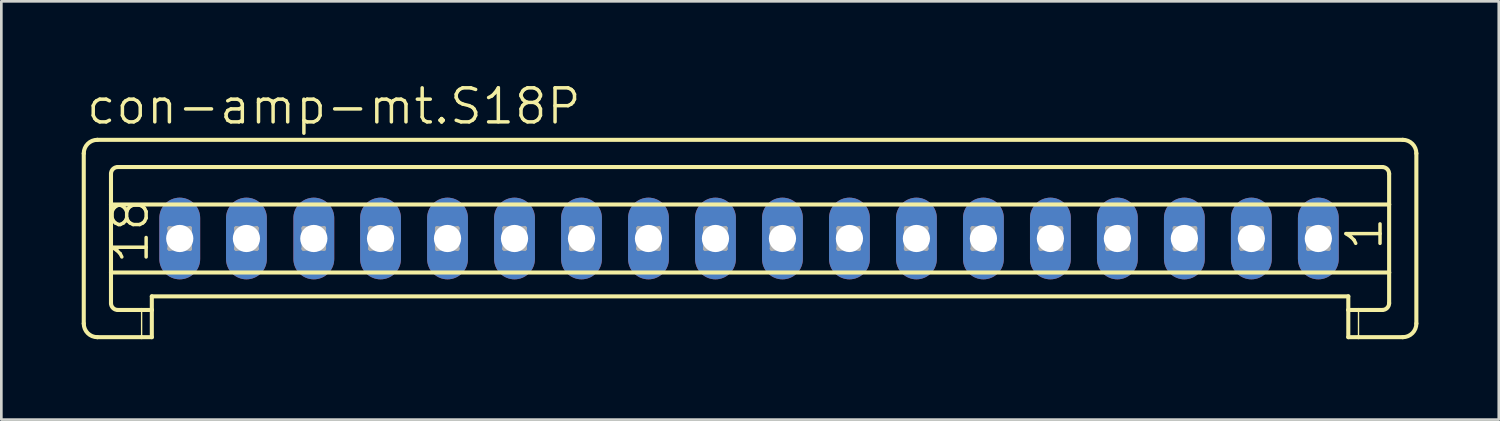
<source format=kicad_pcb>
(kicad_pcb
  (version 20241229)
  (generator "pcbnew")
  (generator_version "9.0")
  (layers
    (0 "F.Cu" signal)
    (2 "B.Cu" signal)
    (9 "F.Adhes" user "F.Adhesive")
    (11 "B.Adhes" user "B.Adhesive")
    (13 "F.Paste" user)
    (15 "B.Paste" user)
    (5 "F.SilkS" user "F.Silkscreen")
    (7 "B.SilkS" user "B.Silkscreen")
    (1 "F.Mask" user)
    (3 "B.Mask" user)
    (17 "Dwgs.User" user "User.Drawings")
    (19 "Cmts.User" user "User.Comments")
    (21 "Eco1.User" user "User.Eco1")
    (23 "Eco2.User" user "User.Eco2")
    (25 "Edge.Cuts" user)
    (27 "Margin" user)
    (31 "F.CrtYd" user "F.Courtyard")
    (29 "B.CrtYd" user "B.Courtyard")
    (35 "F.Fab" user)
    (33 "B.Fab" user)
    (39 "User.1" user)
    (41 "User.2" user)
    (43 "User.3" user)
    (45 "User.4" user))
  (footprint "con-amp-mt.S18P"
    (layer "F.Cu")
    (at 24.902 5.851)
    (property "Reference" "con-amp-mt.S18P" (at -24.8 -4.191 0) (layer "F.SilkS") (effects (font (size 1.27 1.27) (thickness 0.13)) (justify left bottom)))
    (attr through_hole)
    (fp_line (start -24.826 -3.175) (end -24.826 3.175) (stroke (width 0.152) (type default)) (layer "F.SilkS"))
    (fp_line (start -24.318 -3.683) (end 24.4 -3.683) (stroke (width 0.152) (type default)) (layer "F.SilkS"))
    (fp_line (start -23.81 -1.27) (end -23.81 -2.413) (stroke (width 0.152) (type default)) (layer "F.SilkS"))
    (fp_line (start -23.81 -1.27) (end 23.892 -1.27) (stroke (width 0.152) (type default)) (layer "F.SilkS"))
    (fp_line (start -23.81 1.27) (end -23.81 -1.27) (stroke (width 0.152) (type default)) (layer "F.SilkS"))
    (fp_line (start -23.81 1.27) (end 23.892 1.27) (stroke (width 0.152) (type default)) (layer "F.SilkS"))
    (fp_line (start -23.81 2.413) (end -23.81 1.27) (stroke (width 0.152) (type default)) (layer "F.SilkS"))
    (fp_line (start -23.556 -2.667) (end 23.638 -2.667) (stroke (width 0.152) (type default)) (layer "F.SilkS"))
    (fp_line (start -23.556 2.667) (end -22.667 2.667) (stroke (width 0.152) (type default)) (layer "F.SilkS"))
    (fp_line (start -22.667 2.667) (end -22.667 3.683) (stroke (width 0.051) (type default)) (layer "F.SilkS"))
    (fp_line (start -22.667 2.667) (end -22.286 2.667) (stroke (width 0.152) (type default)) (layer "F.SilkS"))
    (fp_line (start -22.667 3.683) (end -24.318 3.683) (stroke (width 0.152) (type default)) (layer "F.SilkS"))
    (fp_line (start -22.286 2.159) (end 22.368 2.159) (stroke (width 0.152) (type default)) (layer "F.SilkS"))
    (fp_line (start -22.286 2.667) (end -22.286 2.159) (stroke (width 0.152) (type default)) (layer "F.SilkS"))
    (fp_line (start -22.286 2.667) (end -22.286 3.683) (stroke (width 0.152) (type default)) (layer "F.SilkS"))
    (fp_line (start -22.286 3.683) (end -22.667 3.683) (stroke (width 0.152) (type default)) (layer "F.SilkS"))
    (fp_line (start 22.368 2.667) (end 22.368 2.159) (stroke (width 0.152) (type default)) (layer "F.SilkS"))
    (fp_line (start 22.368 2.667) (end 22.749 2.667) (stroke (width 0.152) (type default)) (layer "F.SilkS"))
    (fp_line (start 22.368 3.683) (end 22.368 2.667) (stroke (width 0.152) (type default)) (layer "F.SilkS"))
    (fp_line (start 22.749 2.667) (end 22.749 3.683) (stroke (width 0.051) (type default)) (layer "F.SilkS"))
    (fp_line (start 22.749 2.667) (end 23.638 2.667) (stroke (width 0.152) (type default)) (layer "F.SilkS"))
    (fp_line (start 22.749 3.683) (end 22.368 3.683) (stroke (width 0.152) (type default)) (layer "F.SilkS"))
    (fp_line (start 23.892 -1.27) (end 23.892 -2.413) (stroke (width 0.152) (type default)) (layer "F.SilkS"))
    (fp_line (start 23.892 1.27) (end 23.892 -1.27) (stroke (width 0.152) (type default)) (layer "F.SilkS"))
    (fp_line (start 23.892 2.413) (end 23.892 1.27) (stroke (width 0.152) (type default)) (layer "F.SilkS"))
    (fp_line (start 24.4 3.683) (end 22.749 3.683) (stroke (width 0.152) (type default)) (layer "F.SilkS"))
    (fp_line (start 24.908 -3.175) (end 24.908 3.175) (stroke (width 0.152) (type default)) (layer "F.SilkS"))
    (fp_arc (start -24.826 -3.175) (mid -24.67721 -3.53421) (end -24.318 -3.683) (stroke (width 0.1524) (type default)) (layer "F.SilkS"))
    (fp_arc (start -24.318 3.683) (mid -24.67721 3.53421) (end -24.826 3.175) (stroke (width 0.1524) (type default)) (layer "F.SilkS"))
    (fp_arc (start -23.81 -2.413) (mid -23.735605 -2.592605) (end -23.556 -2.667) (stroke (width 0.1524) (type default)) (layer "F.SilkS"))
    (fp_arc (start -23.556 2.667) (mid -23.735605 2.592605) (end -23.81 2.413) (stroke (width 0.1524) (type default)) (layer "F.SilkS"))
    (fp_arc (start 23.638 -2.667) (mid 23.817605 -2.592605) (end 23.892 -2.413) (stroke (width 0.1524) (type default)) (layer "F.SilkS"))
    (fp_arc (start 23.892 2.413) (mid 23.817605 2.592605) (end 23.638 2.667) (stroke (width 0.1524) (type default)) (layer "F.SilkS"))
    (fp_arc (start 24.4 -3.683) (mid 24.75921 -3.53421) (end 24.908 -3.175) (stroke (width 0.1524) (type default)) (layer "F.SilkS"))
    (fp_arc (start 24.908 3.175) (mid 24.75921 3.53421) (end 24.4 3.683) (stroke (width 0.1524) (type default)) (layer "F.SilkS"))
    (fp_line (start -21.625 -0.381) (end -21.625 0.381) (stroke (width 0.152) (type default)) (layer "F.Fab"))
    (fp_line (start -21.625 -0.381) (end -20.863 0.381) (stroke (width 0.152) (type default)) (layer "F.Fab"))
    (fp_line (start -21.625 0.381) (end -20.863 0.381) (stroke (width 0.152) (type default)) (layer "F.Fab"))
    (fp_line (start -20.863 -0.381) (end -21.625 -0.381) (stroke (width 0.152) (type default)) (layer "F.Fab"))
    (fp_line (start -20.863 -0.381) (end -21.625 0.381) (stroke (width 0.152) (type default)) (layer "F.Fab"))
    (fp_line (start -20.863 0.381) (end -20.863 -0.381) (stroke (width 0.152) (type default)) (layer "F.Fab"))
    (fp_line (start -19.136 -0.381) (end -19.136 0.381) (stroke (width 0.152) (type default)) (layer "F.Fab"))
    (fp_line (start -19.136 -0.381) (end -18.374 0.381) (stroke (width 0.152) (type default)) (layer "F.Fab"))
    (fp_line (start -19.136 0.381) (end -18.374 0.381) (stroke (width 0.152) (type default)) (layer "F.Fab"))
    (fp_line (start -18.374 -0.381) (end -19.136 -0.381) (stroke (width 0.152) (type default)) (layer "F.Fab"))
    (fp_line (start -18.374 -0.381) (end -19.136 0.381) (stroke (width 0.152) (type default)) (layer "F.Fab"))
    (fp_line (start -18.374 0.381) (end -18.374 -0.381) (stroke (width 0.152) (type default)) (layer "F.Fab"))
    (fp_line (start -16.621 -0.381) (end -16.621 0.381) (stroke (width 0.152) (type default)) (layer "F.Fab"))
    (fp_line (start -16.621 -0.381) (end -15.859 0.381) (stroke (width 0.152) (type default)) (layer "F.Fab"))
    (fp_line (start -16.621 0.381) (end -15.859 0.381) (stroke (width 0.152) (type default)) (layer "F.Fab"))
    (fp_line (start -15.859 -0.381) (end -16.621 -0.381) (stroke (width 0.152) (type default)) (layer "F.Fab"))
    (fp_line (start -15.859 -0.381) (end -16.621 0.381) (stroke (width 0.152) (type default)) (layer "F.Fab"))
    (fp_line (start -15.859 0.381) (end -15.859 -0.381) (stroke (width 0.152) (type default)) (layer "F.Fab"))
    (fp_line (start -14.132 -0.381) (end -14.132 0.381) (stroke (width 0.152) (type default)) (layer "F.Fab"))
    (fp_line (start -14.132 -0.381) (end -13.37 0.381) (stroke (width 0.152) (type default)) (layer "F.Fab"))
    (fp_line (start -14.132 0.381) (end -13.37 0.381) (stroke (width 0.152) (type default)) (layer "F.Fab"))
    (fp_line (start -13.37 -0.381) (end -14.132 -0.381) (stroke (width 0.152) (type default)) (layer "F.Fab"))
    (fp_line (start -13.37 -0.381) (end -14.132 0.381) (stroke (width 0.152) (type default)) (layer "F.Fab"))
    (fp_line (start -13.37 0.381) (end -13.37 -0.381) (stroke (width 0.152) (type default)) (layer "F.Fab"))
    (fp_line (start -11.643 -0.381) (end -11.643 0.381) (stroke (width 0.152) (type default)) (layer "F.Fab"))
    (fp_line (start -11.643 -0.381) (end -10.881 0.381) (stroke (width 0.152) (type default)) (layer "F.Fab"))
    (fp_line (start -11.643 0.381) (end -10.881 0.381) (stroke (width 0.152) (type default)) (layer "F.Fab"))
    (fp_line (start -10.881 -0.381) (end -11.643 -0.381) (stroke (width 0.152) (type default)) (layer "F.Fab"))
    (fp_line (start -10.881 -0.381) (end -11.643 0.381) (stroke (width 0.152) (type default)) (layer "F.Fab"))
    (fp_line (start -10.881 0.381) (end -10.881 -0.381) (stroke (width 0.152) (type default)) (layer "F.Fab"))
    (fp_line (start -9.128 -0.381) (end -9.128 0.381) (stroke (width 0.152) (type default)) (layer "F.Fab"))
    (fp_line (start -9.128 -0.381) (end -8.366 0.381) (stroke (width 0.152) (type default)) (layer "F.Fab"))
    (fp_line (start -9.128 0.381) (end -8.366 0.381) (stroke (width 0.152) (type default)) (layer "F.Fab"))
    (fp_line (start -8.366 -0.381) (end -9.128 -0.381) (stroke (width 0.152) (type default)) (layer "F.Fab"))
    (fp_line (start -8.366 -0.381) (end -9.128 0.381) (stroke (width 0.152) (type default)) (layer "F.Fab"))
    (fp_line (start -8.366 0.381) (end -8.366 -0.381) (stroke (width 0.152) (type default)) (layer "F.Fab"))
    (fp_line (start -6.639 -0.381) (end -6.639 0.381) (stroke (width 0.152) (type default)) (layer "F.Fab"))
    (fp_line (start -6.639 -0.381) (end -5.877 0.381) (stroke (width 0.152) (type default)) (layer "F.Fab"))
    (fp_line (start -6.639 0.381) (end -5.877 0.381) (stroke (width 0.152) (type default)) (layer "F.Fab"))
    (fp_line (start -5.877 -0.381) (end -6.639 -0.381) (stroke (width 0.152) (type default)) (layer "F.Fab"))
    (fp_line (start -5.877 -0.381) (end -6.639 0.381) (stroke (width 0.152) (type default)) (layer "F.Fab"))
    (fp_line (start -5.877 0.381) (end -5.877 -0.381) (stroke (width 0.152) (type default)) (layer "F.Fab"))
    (fp_line (start -4.125 -0.381) (end -4.125 0.381) (stroke (width 0.152) (type default)) (layer "F.Fab"))
    (fp_line (start -4.125 -0.381) (end -3.363 0.381) (stroke (width 0.152) (type default)) (layer "F.Fab"))
    (fp_line (start -4.125 0.381) (end -3.363 0.381) (stroke (width 0.152) (type default)) (layer "F.Fab"))
    (fp_line (start -3.363 -0.381) (end -4.125 -0.381) (stroke (width 0.152) (type default)) (layer "F.Fab"))
    (fp_line (start -3.363 -0.381) (end -4.125 0.381) (stroke (width 0.152) (type default)) (layer "F.Fab"))
    (fp_line (start -3.363 0.381) (end -3.363 -0.381) (stroke (width 0.152) (type default)) (layer "F.Fab"))
    (fp_line (start -1.635 -0.381) (end -1.635 0.381) (stroke (width 0.152) (type default)) (layer "F.Fab"))
    (fp_line (start -1.635 -0.381) (end -0.873 0.381) (stroke (width 0.152) (type default)) (layer "F.Fab"))
    (fp_line (start -1.635 0.381) (end -0.873 0.381) (stroke (width 0.152) (type default)) (layer "F.Fab"))
    (fp_line (start -0.873 -0.381) (end -1.635 -0.381) (stroke (width 0.152) (type default)) (layer "F.Fab"))
    (fp_line (start -0.873 -0.381) (end -1.635 0.381) (stroke (width 0.152) (type default)) (layer "F.Fab"))
    (fp_line (start -0.873 0.381) (end -0.873 -0.381) (stroke (width 0.152) (type default)) (layer "F.Fab"))
    (fp_line (start 0.854 -0.381) (end 0.854 0.381) (stroke (width 0.152) (type default)) (layer "F.Fab"))
    (fp_line (start 0.854 -0.381) (end 1.616 0.381) (stroke (width 0.152) (type default)) (layer "F.Fab"))
    (fp_line (start 0.854 0.381) (end 1.616 0.381) (stroke (width 0.152) (type default)) (layer "F.Fab"))
    (fp_line (start 1.616 -0.381) (end 0.854 -0.381) (stroke (width 0.152) (type default)) (layer "F.Fab"))
    (fp_line (start 1.616 -0.381) (end 0.854 0.381) (stroke (width 0.152) (type default)) (layer "F.Fab"))
    (fp_line (start 1.616 0.381) (end 1.616 -0.381) (stroke (width 0.152) (type default)) (layer "F.Fab"))
    (fp_line (start 3.343 -0.381) (end 3.343 0.381) (stroke (width 0.152) (type default)) (layer "F.Fab"))
    (fp_line (start 3.343 -0.381) (end 4.105 0.381) (stroke (width 0.152) (type default)) (layer "F.Fab"))
    (fp_line (start 3.343 0.381) (end 4.105 0.381) (stroke (width 0.152) (type default)) (layer "F.Fab"))
    (fp_line (start 4.105 -0.381) (end 3.343 -0.381) (stroke (width 0.152) (type default)) (layer "F.Fab"))
    (fp_line (start 4.105 -0.381) (end 3.343 0.381) (stroke (width 0.152) (type default)) (layer "F.Fab"))
    (fp_line (start 4.105 0.381) (end 4.105 -0.381) (stroke (width 0.152) (type default)) (layer "F.Fab"))
    (fp_line (start 5.858 -0.381) (end 5.858 0.381) (stroke (width 0.152) (type default)) (layer "F.Fab"))
    (fp_line (start 5.858 -0.381) (end 6.62 0.381) (stroke (width 0.152) (type default)) (layer "F.Fab"))
    (fp_line (start 5.858 0.381) (end 6.62 0.381) (stroke (width 0.152) (type default)) (layer "F.Fab"))
    (fp_line (start 6.62 -0.381) (end 5.858 -0.381) (stroke (width 0.152) (type default)) (layer "F.Fab"))
    (fp_line (start 6.62 -0.381) (end 5.858 0.381) (stroke (width 0.152) (type default)) (layer "F.Fab"))
    (fp_line (start 6.62 0.381) (end 6.62 -0.381) (stroke (width 0.152) (type default)) (layer "F.Fab"))
    (fp_line (start 8.347 -0.381) (end 8.347 0.381) (stroke (width 0.152) (type default)) (layer "F.Fab"))
    (fp_line (start 8.347 -0.381) (end 9.109 0.381) (stroke (width 0.152) (type default)) (layer "F.Fab"))
    (fp_line (start 8.347 0.381) (end 9.109 0.381) (stroke (width 0.152) (type default)) (layer "F.Fab"))
    (fp_line (start 9.109 -0.381) (end 8.347 -0.381) (stroke (width 0.152) (type default)) (layer "F.Fab"))
    (fp_line (start 9.109 -0.381) (end 8.347 0.381) (stroke (width 0.152) (type default)) (layer "F.Fab"))
    (fp_line (start 9.109 0.381) (end 9.109 -0.381) (stroke (width 0.152) (type default)) (layer "F.Fab"))
    (fp_line (start 10.887 -0.381) (end 10.887 0.381) (stroke (width 0.152) (type default)) (layer "F.Fab"))
    (fp_line (start 10.887 -0.381) (end 11.649 0.381) (stroke (width 0.152) (type default)) (layer "F.Fab"))
    (fp_line (start 10.887 0.381) (end 11.649 0.381) (stroke (width 0.152) (type default)) (layer "F.Fab"))
    (fp_line (start 11.649 -0.381) (end 10.887 -0.381) (stroke (width 0.152) (type default)) (layer "F.Fab"))
    (fp_line (start 11.649 -0.381) (end 10.887 0.381) (stroke (width 0.152) (type default)) (layer "F.Fab"))
    (fp_line (start 11.649 0.381) (end 11.649 -0.381) (stroke (width 0.152) (type default)) (layer "F.Fab"))
    (fp_line (start 13.376 -0.381) (end 13.376 0.381) (stroke (width 0.152) (type default)) (layer "F.Fab"))
    (fp_line (start 13.376 -0.381) (end 14.138 0.381) (stroke (width 0.152) (type default)) (layer "F.Fab"))
    (fp_line (start 13.376 0.381) (end 14.138 0.381) (stroke (width 0.152) (type default)) (layer "F.Fab"))
    (fp_line (start 14.138 -0.381) (end 13.376 -0.381) (stroke (width 0.152) (type default)) (layer "F.Fab"))
    (fp_line (start 14.138 -0.381) (end 13.376 0.381) (stroke (width 0.152) (type default)) (layer "F.Fab"))
    (fp_line (start 14.138 0.381) (end 14.138 -0.381) (stroke (width 0.152) (type default)) (layer "F.Fab"))
    (fp_line (start 15.891 -0.381) (end 15.891 0.381) (stroke (width 0.152) (type default)) (layer "F.Fab"))
    (fp_line (start 15.891 -0.381) (end 16.653 0.381) (stroke (width 0.152) (type default)) (layer "F.Fab"))
    (fp_line (start 15.891 0.381) (end 16.653 0.381) (stroke (width 0.152) (type default)) (layer "F.Fab"))
    (fp_line (start 16.653 -0.381) (end 15.891 -0.381) (stroke (width 0.152) (type default)) (layer "F.Fab"))
    (fp_line (start 16.653 -0.381) (end 15.891 0.381) (stroke (width 0.152) (type default)) (layer "F.Fab"))
    (fp_line (start 16.653 0.381) (end 16.653 -0.381) (stroke (width 0.152) (type default)) (layer "F.Fab"))
    (fp_line (start 18.38 -0.381) (end 18.38 0.381) (stroke (width 0.152) (type default)) (layer "F.Fab"))
    (fp_line (start 18.38 -0.381) (end 19.142 0.381) (stroke (width 0.152) (type default)) (layer "F.Fab"))
    (fp_line (start 18.38 0.381) (end 19.142 0.381) (stroke (width 0.152) (type default)) (layer "F.Fab"))
    (fp_line (start 19.142 -0.381) (end 18.38 -0.381) (stroke (width 0.152) (type default)) (layer "F.Fab"))
    (fp_line (start 19.142 -0.381) (end 18.38 0.381) (stroke (width 0.152) (type default)) (layer "F.Fab"))
    (fp_line (start 19.142 0.381) (end 19.142 -0.381) (stroke (width 0.152) (type default)) (layer "F.Fab"))
    (fp_line (start 20.869 -0.381) (end 20.869 0.381) (stroke (width 0.152) (type default)) (layer "F.Fab"))
    (fp_line (start 20.869 -0.381) (end 21.631 0.381) (stroke (width 0.152) (type default)) (layer "F.Fab"))
    (fp_line (start 20.869 0.381) (end 21.631 0.381) (stroke (width 0.152) (type default)) (layer "F.Fab"))
    (fp_line (start 21.631 -0.381) (end 20.869 -0.381) (stroke (width 0.152) (type default)) (layer "F.Fab"))
    (fp_line (start 21.631 -0.381) (end 20.869 0.381) (stroke (width 0.152) (type default)) (layer "F.Fab"))
    (fp_line (start 21.631 0.381) (end 21.631 -0.381) (stroke (width 0.152) (type default)) (layer "F.Fab"))
    (fp_text user "18" (at -22.336 1.016 90) (layer "F.SilkS") (effects (font (size 1.27 1.27) (thickness 0.13)) (justify left bottom)))
    (fp_text user "1" (at 23.714 0.508 90) (layer "F.SilkS") (effects (font (size 1.27 1.27) (thickness 0.13)) (justify left bottom)))
    (pad "1" thru_hole oval (at 21.25 0 90) (size 3.048 1.524) (drill 1.016) (layers "*.Cu" "*.Mask"))
    (pad "2" thru_hole oval (at 18.75 0 90) (size 3.048 1.524) (drill 1.016) (layers "*.Cu" "*.Mask"))
    (pad "3" thru_hole oval (at 16.25 0 90) (size 3.048 1.524) (drill 1.016) (layers "*.Cu" "*.Mask"))
    (pad "4" thru_hole oval (at 13.75 0 90) (size 3.048 1.524) (drill 1.016) (layers "*.Cu" "*.Mask"))
    (pad "5" thru_hole oval (at 11.25 0 90) (size 3.048 1.524) (drill 1.016) (layers "*.Cu" "*.Mask"))
    (pad "6" thru_hole oval (at 8.75 0 90) (size 3.048 1.524) (drill 1.016) (layers "*.Cu" "*.Mask"))
    (pad "7" thru_hole oval (at 6.25 0 90) (size 3.048 1.524) (drill 1.016) (layers "*.Cu" "*.Mask"))
    (pad "8" thru_hole oval (at 3.75 0 90) (size 3.048 1.524) (drill 1.016) (layers "*.Cu" "*.Mask"))
    (pad "9" thru_hole oval (at 1.25 0 90) (size 3.048 1.524) (drill 1.016) (layers "*.Cu" "*.Mask"))
    (pad "10" thru_hole oval (at -1.25 0 90) (size 3.048 1.524) (drill 1.016) (layers "*.Cu" "*.Mask"))
    (pad "11" thru_hole oval (at -3.75 0 90) (size 3.048 1.524) (drill 1.016) (layers "*.Cu" "*.Mask"))
    (pad "12" thru_hole oval (at -6.25 0 90) (size 3.048 1.524) (drill 1.016) (layers "*.Cu" "*.Mask"))
    (pad "13" thru_hole oval (at -8.75 0 90) (size 3.048 1.524) (drill 1.016) (layers "*.Cu" "*.Mask"))
    (pad "14" thru_hole oval (at -11.25 0 90) (size 3.048 1.524) (drill 1.016) (layers "*.Cu" "*.Mask"))
    (pad "15" thru_hole oval (at -13.75 0 90) (size 3.048 1.524) (drill 1.016) (layers "*.Cu" "*.Mask"))
    (pad "16" thru_hole oval (at -16.24 0 90) (size 3.048 1.524) (drill 1.016) (layers "*.Cu" "*.Mask"))
    (pad "17" thru_hole oval (at -18.755 0 90) (size 3.048 1.524) (drill 1.016) (layers "*.Cu" "*.Mask"))
    (pad "18" thru_hole oval (at -21.244 0 90) (size 3.048 1.524) (drill 1.016) (layers "*.Cu" "*.Mask")))
  (gr_rect
    (start -3 -3)
    (end 52.886 12.61)
    (stroke (width 0.1) (type default))
    (fill no)
    (layer "Edge.Cuts")))
</source>
